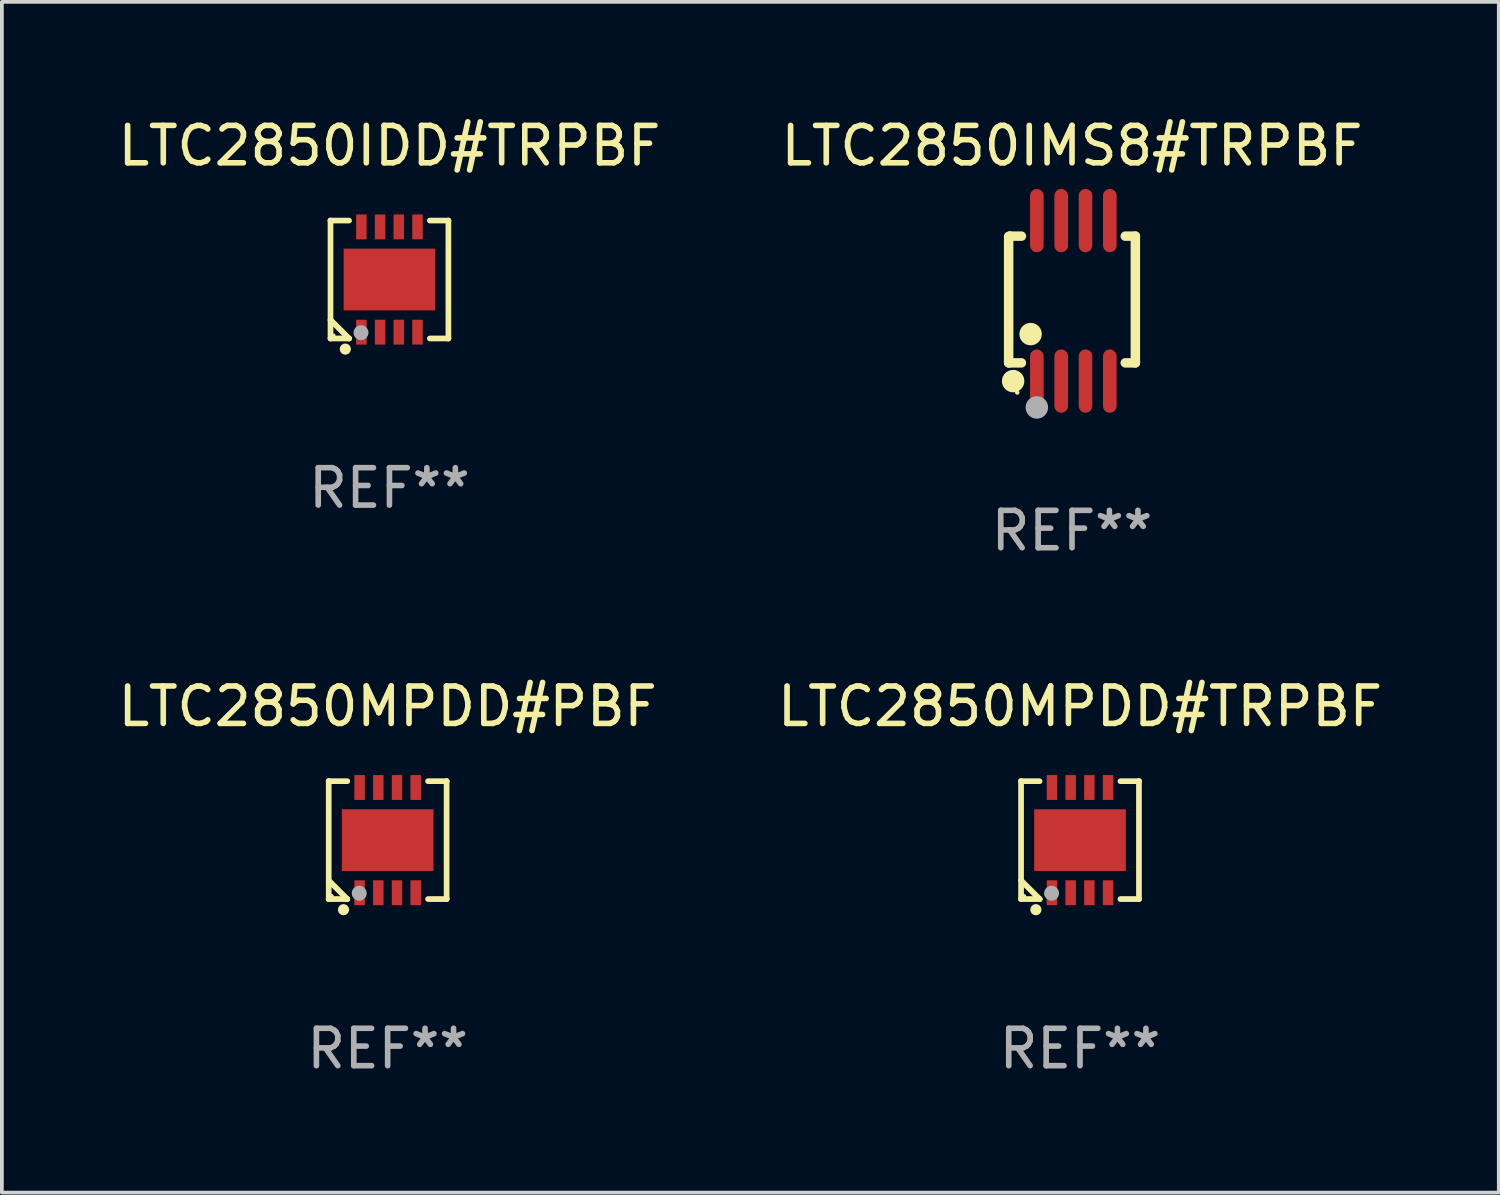
<source format=kicad_pcb>
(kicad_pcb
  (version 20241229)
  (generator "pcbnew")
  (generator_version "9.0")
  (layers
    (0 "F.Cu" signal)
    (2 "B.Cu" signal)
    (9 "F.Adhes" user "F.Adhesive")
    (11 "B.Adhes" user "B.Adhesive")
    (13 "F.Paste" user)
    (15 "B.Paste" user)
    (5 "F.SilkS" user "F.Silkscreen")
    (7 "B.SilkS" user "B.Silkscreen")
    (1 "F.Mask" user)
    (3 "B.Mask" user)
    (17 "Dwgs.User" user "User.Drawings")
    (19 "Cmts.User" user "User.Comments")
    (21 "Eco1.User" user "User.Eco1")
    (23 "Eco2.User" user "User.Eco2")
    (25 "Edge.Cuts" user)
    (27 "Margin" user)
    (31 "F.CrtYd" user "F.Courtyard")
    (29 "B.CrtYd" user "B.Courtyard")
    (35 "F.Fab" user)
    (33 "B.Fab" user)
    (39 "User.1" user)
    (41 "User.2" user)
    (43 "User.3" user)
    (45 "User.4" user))
  (footprint "LTC2850IDD#TRPBF"
    (layer "F.Cu")
    (at 7.363 4.424)
    (property "Reference" "LTC2850IDD#TRPBF" (at 0 -3.576 0) (layer "F.SilkS") (effects (font (size 1 1) (thickness 0.15))))
    (attr through_hole)
    (fp_line (start -1.576 -1.576) (end -1.576 -1.576) (stroke (width 0.152) (type solid)) (layer "F.SilkS"))
    (fp_line (start -1.576 -1.576) (end -1.08 -1.576) (stroke (width 0.152) (type solid)) (layer "F.SilkS"))
    (fp_line (start -1.576 1.576) (end -1.576 -1.576) (stroke (width 0.152) (type solid)) (layer "F.SilkS"))
    (fp_line (start -1.576 1.576) (end -1.576 1.576) (stroke (width 0.152) (type solid)) (layer "F.SilkS"))
    (fp_line (start -1.08 1.575) (end -1.576 1.079) (stroke (width 0.152) (type solid)) (layer "F.SilkS"))
    (fp_line (start -1.08 1.576) (end -1.576 1.576) (stroke (width 0.152) (type solid)) (layer "F.SilkS"))
    (fp_line (start -1.08 1.576) (end -1.08 1.575) (stroke (width 0.152) (type solid)) (layer "F.SilkS"))
    (fp_line (start 1.08 1.576) (end 1.576 1.576) (stroke (width 0.152) (type solid)) (layer "F.SilkS"))
    (fp_line (start 1.576 -1.576) (end 1.08 -1.576) (stroke (width 0.152) (type solid)) (layer "F.SilkS"))
    (fp_line (start 1.576 -1.576) (end 1.576 -1.576) (stroke (width 0.152) (type solid)) (layer "F.SilkS"))
    (fp_line (start 1.576 1.576) (end 1.576 -1.576) (stroke (width 0.152) (type solid)) (layer "F.SilkS"))
    (fp_line (start 1.576 1.576) (end 1.576 1.576) (stroke (width 0.152) (type solid)) (layer "F.SilkS"))
    (fp_circle (center -1.5 1.5) (end -1.47 1.5) (stroke (width 0.06) (type solid)) (fill no) (layer "F.SilkS"))
    (fp_circle (center -1.18 1.86) (end -1.105 1.86) (stroke (width 0.15) (type solid)) (fill no) (layer "F.SilkS"))
    (fp_circle (center -0.76 1.42) (end -0.66 1.42) (stroke (width 0.2) (type solid)) (fill no) (layer "F.Fab"))
    (fp_text user "REF**" (at 0 5.576 0) (layer "F.Fab") (effects (font (size 1 1) (thickness 0.15))))
    (pad "1" smd rect (at -0.75 1.407) (size 0.28 0.665) (layers "F.Cu" "F.Mask" "F.Paste"))
    (pad "2" smd rect (at -0.25 1.407) (size 0.28 0.665) (layers "F.Cu" "F.Mask" "F.Paste"))
    (pad "3" smd rect (at 0.25 1.407) (size 0.28 0.665) (layers "F.Cu" "F.Mask" "F.Paste"))
    (pad "4" smd rect (at 0.75 1.407) (size 0.28 0.665) (layers "F.Cu" "F.Mask" "F.Paste"))
    (pad "5" smd rect (at 0.75 -1.407) (size 0.28 0.665) (layers "F.Cu" "F.Mask" "F.Paste"))
    (pad "6" smd rect (at 0.25 -1.407) (size 0.28 0.665) (layers "F.Cu" "F.Mask" "F.Paste"))
    (pad "7" smd rect (at -0.25 -1.407) (size 0.28 0.665) (layers "F.Cu" "F.Mask" "F.Paste"))
    (pad "8" smd rect (at -0.75 -1.407) (size 0.28 0.665) (layers "F.Cu" "F.Mask" "F.Paste"))
    (pad "9" smd rect (at 0 0) (size 2.45 1.65) (layers "F.Cu" "F.Mask" "F.Paste")))
  (footprint "LTC2850MPDD#PBF"
    (layer "F.Cu")
    (at 7.315 19.413)
    (property "Reference" "LTC2850MPDD#PBF" (at 0 -3.576 0) (layer "F.SilkS") (effects (font (size 1 1) (thickness 0.15))))
    (attr through_hole)
    (fp_line (start -1.576 -1.576) (end -1.576 -1.576) (stroke (width 0.152) (type solid)) (layer "F.SilkS"))
    (fp_line (start -1.576 -1.576) (end -1.08 -1.576) (stroke (width 0.152) (type solid)) (layer "F.SilkS"))
    (fp_line (start -1.576 1.576) (end -1.576 -1.576) (stroke (width 0.152) (type solid)) (layer "F.SilkS"))
    (fp_line (start -1.576 1.576) (end -1.576 1.576) (stroke (width 0.152) (type solid)) (layer "F.SilkS"))
    (fp_line (start -1.08 1.575) (end -1.576 1.079) (stroke (width 0.152) (type solid)) (layer "F.SilkS"))
    (fp_line (start -1.08 1.576) (end -1.576 1.576) (stroke (width 0.152) (type solid)) (layer "F.SilkS"))
    (fp_line (start -1.08 1.576) (end -1.08 1.575) (stroke (width 0.152) (type solid)) (layer "F.SilkS"))
    (fp_line (start 1.08 1.576) (end 1.576 1.576) (stroke (width 0.152) (type solid)) (layer "F.SilkS"))
    (fp_line (start 1.576 -1.576) (end 1.08 -1.576) (stroke (width 0.152) (type solid)) (layer "F.SilkS"))
    (fp_line (start 1.576 -1.576) (end 1.576 -1.576) (stroke (width 0.152) (type solid)) (layer "F.SilkS"))
    (fp_line (start 1.576 1.576) (end 1.576 -1.576) (stroke (width 0.152) (type solid)) (layer "F.SilkS"))
    (fp_line (start 1.576 1.576) (end 1.576 1.576) (stroke (width 0.152) (type solid)) (layer "F.SilkS"))
    (fp_circle (center -1.5 1.5) (end -1.47 1.5) (stroke (width 0.06) (type solid)) (fill no) (layer "F.SilkS"))
    (fp_circle (center -1.18 1.86) (end -1.105 1.86) (stroke (width 0.15) (type solid)) (fill no) (layer "F.SilkS"))
    (fp_circle (center -0.76 1.42) (end -0.66 1.42) (stroke (width 0.2) (type solid)) (fill no) (layer "F.Fab"))
    (fp_text user "REF**" (at 0 5.576 0) (layer "F.Fab") (effects (font (size 1 1) (thickness 0.15))))
    (pad "1" smd rect (at -0.75 1.407) (size 0.28 0.665) (layers "F.Cu" "F.Mask" "F.Paste"))
    (pad "2" smd rect (at -0.25 1.407) (size 0.28 0.665) (layers "F.Cu" "F.Mask" "F.Paste"))
    (pad "3" smd rect (at 0.25 1.407) (size 0.28 0.665) (layers "F.Cu" "F.Mask" "F.Paste"))
    (pad "4" smd rect (at 0.75 1.407) (size 0.28 0.665) (layers "F.Cu" "F.Mask" "F.Paste"))
    (pad "5" smd rect (at 0.75 -1.407) (size 0.28 0.665) (layers "F.Cu" "F.Mask" "F.Paste"))
    (pad "6" smd rect (at 0.25 -1.407) (size 0.28 0.665) (layers "F.Cu" "F.Mask" "F.Paste"))
    (pad "7" smd rect (at -0.25 -1.407) (size 0.28 0.665) (layers "F.Cu" "F.Mask" "F.Paste"))
    (pad "8" smd rect (at -0.75 -1.407) (size 0.28 0.665) (layers "F.Cu" "F.Mask" "F.Paste"))
    (pad "9" smd rect (at 0 0) (size 2.45 1.65) (layers "F.Cu" "F.Mask" "F.Paste")))
  (footprint "LTC2850MPDD#TRPBF"
    (layer "F.Cu")
    (at 25.827 19.413)
    (property "Reference" "LTC2850MPDD#TRPBF" (at 0 -3.576 0) (layer "F.SilkS") (effects (font (size 1 1) (thickness 0.15))))
    (attr through_hole)
    (fp_line (start -1.576 -1.576) (end -1.576 -1.576) (stroke (width 0.152) (type solid)) (layer "F.SilkS"))
    (fp_line (start -1.576 -1.576) (end -1.08 -1.576) (stroke (width 0.152) (type solid)) (layer "F.SilkS"))
    (fp_line (start -1.576 1.576) (end -1.576 -1.576) (stroke (width 0.152) (type solid)) (layer "F.SilkS"))
    (fp_line (start -1.576 1.576) (end -1.576 1.576) (stroke (width 0.152) (type solid)) (layer "F.SilkS"))
    (fp_line (start -1.08 1.575) (end -1.576 1.079) (stroke (width 0.152) (type solid)) (layer "F.SilkS"))
    (fp_line (start -1.08 1.576) (end -1.576 1.576) (stroke (width 0.152) (type solid)) (layer "F.SilkS"))
    (fp_line (start -1.08 1.576) (end -1.08 1.575) (stroke (width 0.152) (type solid)) (layer "F.SilkS"))
    (fp_line (start 1.08 1.576) (end 1.576 1.576) (stroke (width 0.152) (type solid)) (layer "F.SilkS"))
    (fp_line (start 1.576 -1.576) (end 1.08 -1.576) (stroke (width 0.152) (type solid)) (layer "F.SilkS"))
    (fp_line (start 1.576 -1.576) (end 1.576 -1.576) (stroke (width 0.152) (type solid)) (layer "F.SilkS"))
    (fp_line (start 1.576 1.576) (end 1.576 -1.576) (stroke (width 0.152) (type solid)) (layer "F.SilkS"))
    (fp_line (start 1.576 1.576) (end 1.576 1.576) (stroke (width 0.152) (type solid)) (layer "F.SilkS"))
    (fp_circle (center -1.5 1.5) (end -1.47 1.5) (stroke (width 0.06) (type solid)) (fill no) (layer "F.SilkS"))
    (fp_circle (center -1.18 1.86) (end -1.105 1.86) (stroke (width 0.15) (type solid)) (fill no) (layer "F.SilkS"))
    (fp_circle (center -0.76 1.42) (end -0.66 1.42) (stroke (width 0.2) (type solid)) (fill no) (layer "F.Fab"))
    (fp_text user "REF**" (at 0 5.576 0) (layer "F.Fab") (effects (font (size 1 1) (thickness 0.15))))
    (pad "1" smd rect (at -0.75 1.407) (size 0.28 0.665) (layers "F.Cu" "F.Mask" "F.Paste"))
    (pad "2" smd rect (at -0.25 1.407) (size 0.28 0.665) (layers "F.Cu" "F.Mask" "F.Paste"))
    (pad "3" smd rect (at 0.25 1.407) (size 0.28 0.665) (layers "F.Cu" "F.Mask" "F.Paste"))
    (pad "4" smd rect (at 0.75 1.407) (size 0.28 0.665) (layers "F.Cu" "F.Mask" "F.Paste"))
    (pad "5" smd rect (at 0.75 -1.407) (size 0.28 0.665) (layers "F.Cu" "F.Mask" "F.Paste"))
    (pad "6" smd rect (at 0.25 -1.407) (size 0.28 0.665) (layers "F.Cu" "F.Mask" "F.Paste"))
    (pad "7" smd rect (at -0.25 -1.407) (size 0.28 0.665) (layers "F.Cu" "F.Mask" "F.Paste"))
    (pad "8" smd rect (at -0.75 -1.407) (size 0.28 0.665) (layers "F.Cu" "F.Mask" "F.Paste"))
    (pad "9" smd rect (at 0 0) (size 2.45 1.65) (layers "F.Cu" "F.Mask" "F.Paste")))
  (footprint "LTC2850IMS8#TRPBF"
    (layer "F.Cu")
    (at 25.613 4.994)
    (property "Reference" "LTC2850IMS8#TRPBF" (at 0 -4.146 0) (layer "F.SilkS") (effects (font (size 1 1) (thickness 0.15))))
    (attr through_hole)
    (fp_line (start -1.694 -1.724) (end -1.694 1.652) (stroke (width 0.254) (type solid)) (layer "F.SilkS"))
    (fp_line (start -1.694 1.652) (end -1.688 1.658) (stroke (width 0.254) (type solid)) (layer "F.SilkS"))
    (fp_line (start -1.688 1.658) (end -1.353 1.658) (stroke (width 0.254) (type solid)) (layer "F.SilkS"))
    (fp_line (start -1.661 -1.73) (end -1.681 -1.71) (stroke (width 0.254) (type solid)) (layer "F.SilkS"))
    (fp_line (start -1.353 -1.73) (end -1.661 -1.73) (stroke (width 0.254) (type solid)) (layer "F.SilkS"))
    (fp_line (start 1.424 1.658) (end 1.694 1.658) (stroke (width 0.254) (type solid)) (layer "F.SilkS"))
    (fp_line (start 1.694 -1.73) (end 1.424 -1.73) (stroke (width 0.254) (type solid)) (layer "F.SilkS"))
    (fp_line (start 1.694 1.658) (end 1.694 -1.73) (stroke (width 0.254) (type solid)) (layer "F.SilkS"))
    (fp_circle (center -1.574 2.146) (end -1.424 2.146) (stroke (width 0.3) (type solid)) (fill no) (layer "F.SilkS"))
    (fp_circle (center -1.464 2.45) (end -1.434 2.45) (stroke (width 0.06) (type solid)) (fill no) (layer "F.SilkS"))
    (fp_circle (center -1.107 0.889) (end -0.957 0.889) (stroke (width 0.3) (type solid)) (fill no) (layer "F.SilkS"))
    (fp_circle (center -0.94 2.85) (end -0.789 2.85) (stroke (width 0.3) (type solid)) (fill no) (layer "F.Fab"))
    (fp_text user "REF**" (at 0 6.146 0) (layer "F.Fab") (effects (font (size 1 1) (thickness 0.15))))
    (pad "1" smd oval (at -0.94 2.146) (size 0.364 1.692) (layers "F.Cu" "F.Mask" "F.Paste"))
    (pad "2" smd oval (at -0.289 2.146) (size 0.364 1.692) (layers "F.Cu" "F.Mask" "F.Paste"))
    (pad "3" smd oval (at 0.361 2.146) (size 0.364 1.692) (layers "F.Cu" "F.Mask" "F.Paste"))
    (pad "4" smd oval (at 1.011 2.146) (size 0.364 1.692) (layers "F.Cu" "F.Mask" "F.Paste"))
    (pad "5" smd oval (at 1.011 -2.146) (size 0.364 1.692) (layers "F.Cu" "F.Mask" "F.Paste"))
    (pad "6" smd oval (at 0.361 -2.146) (size 0.364 1.692) (layers "F.Cu" "F.Mask" "F.Paste"))
    (pad "7" smd oval (at -0.289 -2.146) (size 0.364 1.692) (layers "F.Cu" "F.Mask" "F.Paste"))
    (pad "8" smd oval (at -0.94 -2.146) (size 0.364 1.692) (layers "F.Cu" "F.Mask" "F.Paste")))
  (gr_rect
    (start -3 -3)
    (end 37.024 28.837)
    (stroke (width 0.1) (type default))
    (fill no)
    (layer "Edge.Cuts")))
</source>
